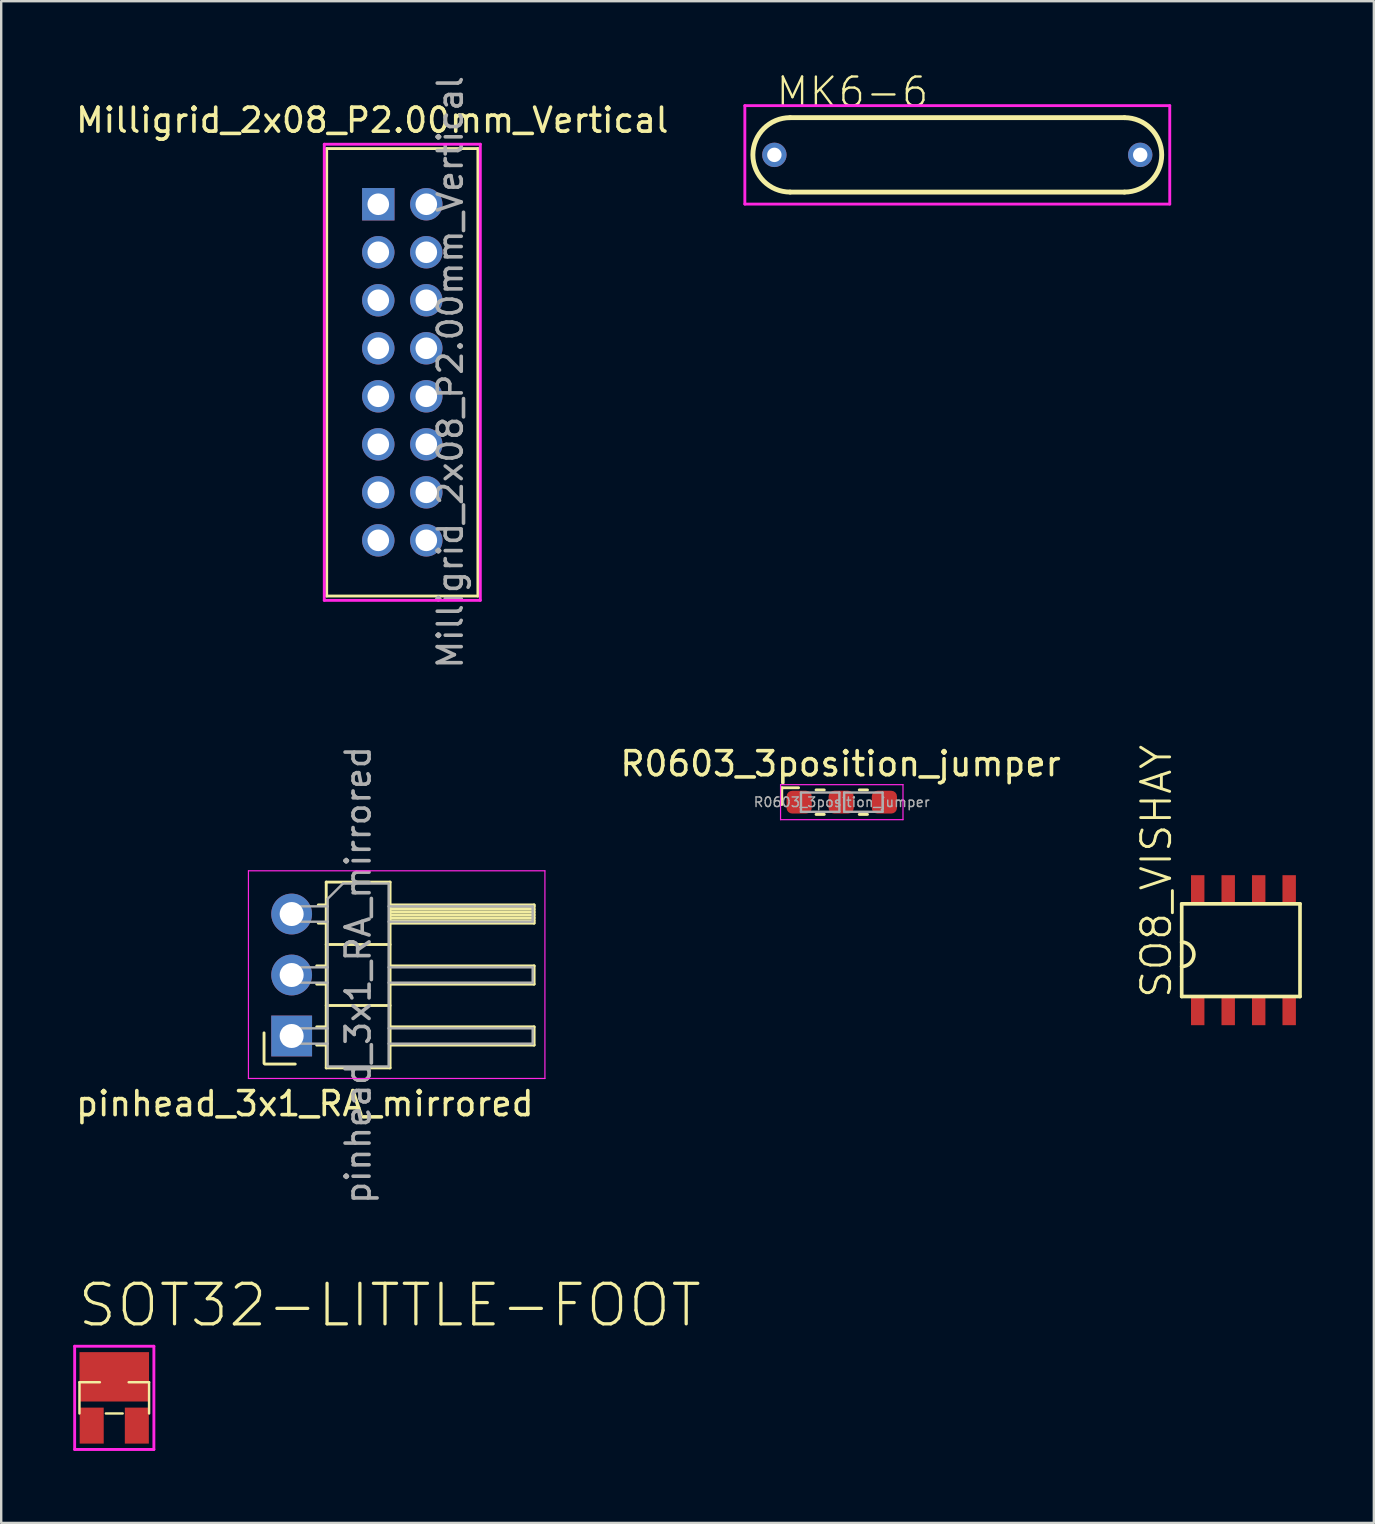
<source format=kicad_pcb>
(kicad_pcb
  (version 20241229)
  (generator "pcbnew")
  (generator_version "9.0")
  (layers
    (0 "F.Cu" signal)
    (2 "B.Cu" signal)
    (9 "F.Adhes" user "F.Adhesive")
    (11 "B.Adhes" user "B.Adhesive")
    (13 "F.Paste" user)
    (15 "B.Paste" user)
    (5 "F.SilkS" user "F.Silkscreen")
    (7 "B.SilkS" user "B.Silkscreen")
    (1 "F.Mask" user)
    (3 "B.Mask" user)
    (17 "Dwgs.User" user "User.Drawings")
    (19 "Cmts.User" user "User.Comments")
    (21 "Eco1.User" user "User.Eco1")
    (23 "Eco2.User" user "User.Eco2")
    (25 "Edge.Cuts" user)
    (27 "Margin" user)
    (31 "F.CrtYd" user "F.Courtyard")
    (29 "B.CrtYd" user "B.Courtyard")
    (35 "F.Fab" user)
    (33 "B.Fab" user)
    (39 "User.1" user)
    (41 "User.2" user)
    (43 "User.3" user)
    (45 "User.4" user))
  (footprint "SOT32-LITTLE-FOOT"
    (layer "F.Cu")
    (at 1.71 55.179)
    (property "Reference" "SOT32-LITTLE-FOOT" (at -1.6 -2.87 0) (layer "F.SilkS") (effects (font (size 1.689 1.689) (thickness 0.135)) (justify left bottom)))
    (attr through_hole)
    (fp_line (start -1.45 -0.65) (end -0.6 -0.65) (stroke (width 0.102) (type solid)) (layer "F.SilkS"))
    (fp_line (start -1.45 0.65) (end -1.45 -0.65) (stroke (width 0.102) (type solid)) (layer "F.SilkS"))
    (fp_line (start 0.35 0.65) (end -0.35 0.65) (stroke (width 0.102) (type solid)) (layer "F.SilkS"))
    (fp_line (start 0.6 -0.65) (end 1.45 -0.65) (stroke (width 0.102) (type solid)) (layer "F.SilkS"))
    (fp_line (start 1.45 -0.65) (end 1.45 0.65) (stroke (width 0.102) (type solid)) (layer "F.SilkS"))
    (fp_line (start -1.65 -2.15) (end -1.65 2.15) (stroke (width 0.12) (type solid)) (layer "F.CrtYd"))
    (fp_line (start -1.65 2.15) (end 1.65 2.15) (stroke (width 0.12) (type solid)) (layer "F.CrtYd"))
    (fp_line (start 1.65 -2.15) (end -1.65 -2.15) (stroke (width 0.12) (type solid)) (layer "F.CrtYd"))
    (fp_line (start 1.65 2.15) (end 1.65 -2.15) (stroke (width 0.12) (type solid)) (layer "F.CrtYd"))
    (pad "1" smd rect (at -0.94 1.156) (size 1.001 1.499) (layers "F.Cu" "F.Mask" "F.Paste"))
    (pad "2" smd rect (at 0.94 1.156) (size 1.001 1.499) (layers "F.Cu" "F.Mask" "F.Paste"))
    (pad "3" smd rect (at 0 -0.876) (size 2.896 2.057) (layers "F.Cu" "F.Mask" "F.Paste")))
  (footprint "R0603_3position_jumper"
    (layer "F.Cu")
    (at 32.015 30.365)
    (property "Reference" "R0603_3position_jumper" (at -0.05 -1.6 0) (layer "F.SilkS") (effects (font (size 1 1) (thickness 0.15))))
    (attr through_hole)
    (fp_line (start -2.5 -0.6) (end -1.8 -0.6) (stroke (width 0.12) (type solid)) (layer "F.SilkS"))
    (fp_line (start -2.5 0.1) (end -2.5 -0.6) (stroke (width 0.12) (type solid)) (layer "F.SilkS"))
    (fp_line (start -1.071 -0.51) (end -0.729 -0.51) (stroke (width 0.12) (type solid)) (layer "F.SilkS"))
    (fp_line (start -1.071 0.51) (end -0.729 0.51) (stroke (width 0.12) (type solid)) (layer "F.SilkS"))
    (fp_line (start 0.729 -0.51) (end 1.071 -0.51) (stroke (width 0.12) (type solid)) (layer "F.SilkS"))
    (fp_line (start 0.729 0.51) (end 1.071 0.51) (stroke (width 0.12) (type solid)) (layer "F.SilkS"))
    (fp_line (start -2.55 -0.73) (end 2.55 -0.73) (stroke (width 0.05) (type solid)) (layer "F.CrtYd"))
    (fp_line (start -2.55 0.73) (end -2.55 -0.73) (stroke (width 0.05) (type solid)) (layer "F.CrtYd"))
    (fp_line (start 2.55 -0.73) (end 2.55 0.73) (stroke (width 0.05) (type solid)) (layer "F.CrtYd"))
    (fp_line (start 2.55 0.73) (end -2.55 0.73) (stroke (width 0.05) (type solid)) (layer "F.CrtYd"))
    (fp_line (start -1.7 -0.4) (end -0.1 -0.4) (stroke (width 0.1) (type solid)) (layer "F.Fab"))
    (fp_line (start -1.7 0.4) (end -1.7 -0.4) (stroke (width 0.1) (type solid)) (layer "F.Fab"))
    (fp_line (start -0.1 -0.4) (end -0.1 0.4) (stroke (width 0.1) (type solid)) (layer "F.Fab"))
    (fp_line (start -0.1 0.4) (end -1.7 0.4) (stroke (width 0.1) (type solid)) (layer "F.Fab"))
    (fp_line (start 0.1 -0.4) (end 1.7 -0.4) (stroke (width 0.1) (type solid)) (layer "F.Fab"))
    (fp_line (start 0.1 0.4) (end 0.1 -0.4) (stroke (width 0.1) (type solid)) (layer "F.Fab"))
    (fp_line (start 1.7 -0.4) (end 1.7 0.4) (stroke (width 0.1) (type solid)) (layer "F.Fab"))
    (fp_line (start 1.7 0.4) (end 0.1 0.4) (stroke (width 0.1) (type solid)) (layer "F.Fab"))
    (fp_text user "${REFERENCE}" (at 0 0 0) (layer "F.Fab") (effects (font (size 0.4 0.4) (thickness 0.06))))
    (pad "1" smd roundrect (at -1.775 0) (size 1.05 0.95) (layers "F.Cu" "F.Mask" "F.Paste") (roundrect_rratio 0.25))
    (pad "2" smd roundrect (at -0.025 0) (size 1.05 0.95) (layers "F.Cu" "F.Mask" "F.Paste") (roundrect_rratio 0.25))
    (pad "3" smd roundrect (at 1.775 0) (size 1.05 0.95) (layers "F.Cu" "F.Mask" "F.Paste") (roundrect_rratio 0.25)))
  (footprint "Milligrid_2x08_P2.00mm_Vertical"
    (layer "F.Cu")
    (at 13.708 12.458)
    (property "Reference" "Milligrid_2x08_P2.00mm_Vertical" (at -1.25 -10.5 0) (layer "F.SilkS") (effects (font (size 1 1) (thickness 0.15))))
    (attr through_hole)
    (fp_line (start -3.15 -9.32) (end -3.15 9.32) (stroke (width 0.12) (type solid)) (layer "F.SilkS"))
    (fp_line (start -3.15 -9.32) (end 3.15 -9.32) (stroke (width 0.12) (type solid)) (layer "F.SilkS"))
    (fp_line (start -3.15 9.32) (end 3.15 9.32) (stroke (width 0.12) (type solid)) (layer "F.SilkS"))
    (fp_line (start 3.15 -9.32) (end 3.15 9.32) (stroke (width 0.12) (type solid)) (layer "F.SilkS"))
    (fp_line (start -3.25 -9.5) (end -3.25 9.5) (stroke (width 0.12) (type solid)) (layer "F.CrtYd"))
    (fp_line (start -3.25 9.5) (end 3.25 9.5) (stroke (width 0.12) (type solid)) (layer "F.CrtYd"))
    (fp_line (start 3.25 -9.5) (end -3.25 -9.5) (stroke (width 0.12) (type solid)) (layer "F.CrtYd"))
    (fp_line (start 3.25 9.5) (end 3.25 -9.5) (stroke (width 0.12) (type solid)) (layer "F.CrtYd"))
    (fp_text user "${REFERENCE}" (at 2 0 90) (layer "F.Fab") (effects (font (size 1 1) (thickness 0.15))))
    (pad "1" thru_hole rect (at -1 -7) (size 1.35 1.35) (drill 0.9) (layers "*.Cu" "*.Mask"))
    (pad "2" thru_hole oval (at 1 -7) (size 1.35 1.35) (drill 0.9) (layers "*.Cu" "*.Mask"))
    (pad "3" thru_hole oval (at -1 -5) (size 1.35 1.35) (drill 0.9) (layers "*.Cu" "*.Mask"))
    (pad "4" thru_hole oval (at 1 -5) (size 1.35 1.35) (drill 0.9) (layers "*.Cu" "*.Mask"))
    (pad "5" thru_hole oval (at -1 -3) (size 1.35 1.35) (drill 0.9) (layers "*.Cu" "*.Mask"))
    (pad "6" thru_hole oval (at 1 -3) (size 1.35 1.35) (drill 0.9) (layers "*.Cu" "*.Mask"))
    (pad "7" thru_hole oval (at -1 -1) (size 1.35 1.35) (drill 0.9) (layers "*.Cu" "*.Mask"))
    (pad "8" thru_hole oval (at 1 -1) (size 1.35 1.35) (drill 0.9) (layers "*.Cu" "*.Mask"))
    (pad "9" thru_hole oval (at -1 1) (size 1.35 1.35) (drill 0.9) (layers "*.Cu" "*.Mask"))
    (pad "10" thru_hole oval (at 1 1) (size 1.35 1.35) (drill 0.9) (layers "*.Cu" "*.Mask"))
    (pad "11" thru_hole oval (at -1 3) (size 1.35 1.35) (drill 0.9) (layers "*.Cu" "*.Mask"))
    (pad "12" thru_hole oval (at 1 3) (size 1.35 1.35) (drill 0.9) (layers "*.Cu" "*.Mask"))
    (pad "13" thru_hole oval (at -1 5) (size 1.35 1.35) (drill 0.9) (layers "*.Cu" "*.Mask"))
    (pad "14" thru_hole oval (at 1 5) (size 1.35 1.35) (drill 0.9) (layers "*.Cu" "*.Mask"))
    (pad "15" thru_hole oval (at -1 7) (size 1.35 1.35) (drill 0.9) (layers "*.Cu" "*.Mask"))
    (pad "16" thru_hole oval (at 1 7) (size 1.35 1.35) (drill 0.9) (layers "*.Cu" "*.Mask")))
  (footprint "pinhead_3x1_RA_mirrored"
    (layer "F.Cu")
    (at 9.099 35.025)
    (property "Reference" "pinhead_3x1_RA_mirrored" (at 0.55 7.9 0) (layer "F.SilkS") (effects (font (size 1 1) (thickness 0.15))))
    (attr through_hole)
    (fp_line (start -1.15 6.22) (end -1.15 4.95) (stroke (width 0.12) (type solid)) (layer "F.SilkS"))
    (fp_line (start -1.12 6.25) (end 0.15 6.25) (stroke (width 0.12) (type solid)) (layer "F.SilkS"))
    (fp_line (start 1.043 2.16) (end 1.44 2.16) (stroke (width 0.12) (type solid)) (layer "F.SilkS"))
    (fp_line (start 1.043 2.92) (end 1.44 2.92) (stroke (width 0.12) (type solid)) (layer "F.SilkS"))
    (fp_line (start 1.043 4.7) (end 1.44 4.7) (stroke (width 0.12) (type solid)) (layer "F.SilkS"))
    (fp_line (start 1.043 5.46) (end 1.44 5.46) (stroke (width 0.12) (type solid)) (layer "F.SilkS"))
    (fp_line (start 1.11 -0.38) (end 1.44 -0.38) (stroke (width 0.12) (type solid)) (layer "F.SilkS"))
    (fp_line (start 1.11 0.38) (end 1.44 0.38) (stroke (width 0.12) (type solid)) (layer "F.SilkS"))
    (fp_line (start 1.44 -1.33) (end 1.44 6.41) (stroke (width 0.12) (type solid)) (layer "F.SilkS"))
    (fp_line (start 1.44 1.27) (end 4.1 1.27) (stroke (width 0.12) (type solid)) (layer "F.SilkS"))
    (fp_line (start 1.44 3.81) (end 4.1 3.81) (stroke (width 0.12) (type solid)) (layer "F.SilkS"))
    (fp_line (start 1.44 6.41) (end 4.1 6.41) (stroke (width 0.12) (type solid)) (layer "F.SilkS"))
    (fp_line (start 4.1 -1.33) (end 1.44 -1.33) (stroke (width 0.12) (type solid)) (layer "F.SilkS"))
    (fp_line (start 4.1 -0.38) (end 10.1 -0.38) (stroke (width 0.12) (type solid)) (layer "F.SilkS"))
    (fp_line (start 4.1 -0.32) (end 10.1 -0.32) (stroke (width 0.12) (type solid)) (layer "F.SilkS"))
    (fp_line (start 4.1 -0.2) (end 10.1 -0.2) (stroke (width 0.12) (type solid)) (layer "F.SilkS"))
    (fp_line (start 4.1 -0.08) (end 10.1 -0.08) (stroke (width 0.12) (type solid)) (layer "F.SilkS"))
    (fp_line (start 4.1 0.04) (end 10.1 0.04) (stroke (width 0.12) (type solid)) (layer "F.SilkS"))
    (fp_line (start 4.1 0.16) (end 10.1 0.16) (stroke (width 0.12) (type solid)) (layer "F.SilkS"))
    (fp_line (start 4.1 0.28) (end 10.1 0.28) (stroke (width 0.12) (type solid)) (layer "F.SilkS"))
    (fp_line (start 4.1 2.16) (end 10.1 2.16) (stroke (width 0.12) (type solid)) (layer "F.SilkS"))
    (fp_line (start 4.1 4.7) (end 10.1 4.7) (stroke (width 0.12) (type solid)) (layer "F.SilkS"))
    (fp_line (start 4.1 6.41) (end 4.1 -1.33) (stroke (width 0.12) (type solid)) (layer "F.SilkS"))
    (fp_line (start 10.1 -0.38) (end 10.1 0.38) (stroke (width 0.12) (type solid)) (layer "F.SilkS"))
    (fp_line (start 10.1 0.38) (end 4.1 0.38) (stroke (width 0.12) (type solid)) (layer "F.SilkS"))
    (fp_line (start 10.1 2.16) (end 10.1 2.92) (stroke (width 0.12) (type solid)) (layer "F.SilkS"))
    (fp_line (start 10.1 2.92) (end 4.1 2.92) (stroke (width 0.12) (type solid)) (layer "F.SilkS"))
    (fp_line (start 10.1 4.7) (end 10.1 5.46) (stroke (width 0.12) (type solid)) (layer "F.SilkS"))
    (fp_line (start 10.1 5.46) (end 4.1 5.46) (stroke (width 0.12) (type solid)) (layer "F.SilkS"))
    (fp_line (start -1.8 -1.8) (end -1.8 6.85) (stroke (width 0.05) (type solid)) (layer "F.CrtYd"))
    (fp_line (start -1.8 6.85) (end 10.55 6.85) (stroke (width 0.05) (type solid)) (layer "F.CrtYd"))
    (fp_line (start 10.55 -1.8) (end -1.8 -1.8) (stroke (width 0.05) (type solid)) (layer "F.CrtYd"))
    (fp_line (start 10.55 6.85) (end 10.55 -1.8) (stroke (width 0.05) (type solid)) (layer "F.CrtYd"))
    (fp_line (start -0.32 -0.32) (end -0.32 0.32) (stroke (width 0.1) (type solid)) (layer "F.Fab"))
    (fp_line (start -0.32 -0.32) (end 1.5 -0.32) (stroke (width 0.1) (type solid)) (layer "F.Fab"))
    (fp_line (start -0.32 0.32) (end 1.5 0.32) (stroke (width 0.1) (type solid)) (layer "F.Fab"))
    (fp_line (start -0.32 2.22) (end -0.32 2.86) (stroke (width 0.1) (type solid)) (layer "F.Fab"))
    (fp_line (start -0.32 2.22) (end 1.5 2.22) (stroke (width 0.1) (type solid)) (layer "F.Fab"))
    (fp_line (start -0.32 2.86) (end 1.5 2.86) (stroke (width 0.1) (type solid)) (layer "F.Fab"))
    (fp_line (start -0.32 4.76) (end -0.32 5.4) (stroke (width 0.1) (type solid)) (layer "F.Fab"))
    (fp_line (start -0.32 4.76) (end 1.5 4.76) (stroke (width 0.1) (type solid)) (layer "F.Fab"))
    (fp_line (start -0.32 5.4) (end 1.5 5.4) (stroke (width 0.1) (type solid)) (layer "F.Fab"))
    (fp_line (start 1.5 -0.635) (end 2.135 -1.27) (stroke (width 0.1) (type solid)) (layer "F.Fab"))
    (fp_line (start 1.5 6.35) (end 1.5 -0.635) (stroke (width 0.1) (type solid)) (layer "F.Fab"))
    (fp_line (start 2.135 -1.27) (end 4.04 -1.27) (stroke (width 0.1) (type solid)) (layer "F.Fab"))
    (fp_line (start 4.04 -1.27) (end 4.04 6.35) (stroke (width 0.1) (type solid)) (layer "F.Fab"))
    (fp_line (start 4.04 -0.32) (end 10.04 -0.32) (stroke (width 0.1) (type solid)) (layer "F.Fab"))
    (fp_line (start 4.04 0.32) (end 10.04 0.32) (stroke (width 0.1) (type solid)) (layer "F.Fab"))
    (fp_line (start 4.04 2.22) (end 10.04 2.22) (stroke (width 0.1) (type solid)) (layer "F.Fab"))
    (fp_line (start 4.04 2.86) (end 10.04 2.86) (stroke (width 0.1) (type solid)) (layer "F.Fab"))
    (fp_line (start 4.04 4.76) (end 10.04 4.76) (stroke (width 0.1) (type solid)) (layer "F.Fab"))
    (fp_line (start 4.04 5.4) (end 10.04 5.4) (stroke (width 0.1) (type solid)) (layer "F.Fab"))
    (fp_line (start 4.04 6.35) (end 1.5 6.35) (stroke (width 0.1) (type solid)) (layer "F.Fab"))
    (fp_line (start 10.04 -0.32) (end 10.04 0.32) (stroke (width 0.1) (type solid)) (layer "F.Fab"))
    (fp_line (start 10.04 2.22) (end 10.04 2.86) (stroke (width 0.1) (type solid)) (layer "F.Fab"))
    (fp_line (start 10.04 4.76) (end 10.04 5.4) (stroke (width 0.1) (type solid)) (layer "F.Fab"))
    (fp_text user "${REFERENCE}" (at 2.77 2.54 90) (layer "F.Fab") (effects (font (size 1 1) (thickness 0.15))))
    (pad "1" thru_hole rect (at 0 5.08) (size 1.7 1.7) (drill 1) (layers "*.Cu" "*.Mask"))
    (pad "2" thru_hole oval (at 0 2.54) (size 1.7 1.7) (drill 1) (layers "*.Cu" "*.Mask"))
    (pad "3" thru_hole oval (at 0 0) (size 1.7 1.7) (drill 1) (layers "*.Cu" "*.Mask")))
  (footprint "MK6-6"
    (layer "F.Cu")
    (at 36.827 3.401)
    (property "Reference" "MK6-6" (at -7.62 -1.905 0) (layer "F.SilkS") (effects (font (size 1.206 1.206) (thickness 0.097)) (justify left bottom)))
    (attr through_hole)
    (fp_line (start -6.965 -1.55) (end 6.965 -1.55) (stroke (width 0.203) (type solid)) (layer "F.SilkS"))
    (fp_line (start 6.965 1.55) (end -6.965 1.55) (stroke (width 0.203) (type solid)) (layer "F.SilkS"))
    (fp_arc (start -6.965 1.55) (mid -8.515 0) (end -6.965 -1.55) (stroke (width 0.2032) (type solid)) (layer "F.SilkS"))
    (fp_arc (start 6.965 -1.55) (mid 8.515 0) (end 6.965 1.55) (stroke (width 0.2032) (type solid)) (layer "F.SilkS"))
    (fp_line (start -8.85 -2.05) (end -8.85 2.05) (stroke (width 0.12) (type solid)) (layer "F.CrtYd"))
    (fp_line (start -8.85 2.05) (end 8.85 2.05) (stroke (width 0.12) (type solid)) (layer "F.CrtYd"))
    (fp_line (start 8.85 -2.05) (end -8.85 -2.05) (stroke (width 0.12) (type solid)) (layer "F.CrtYd"))
    (fp_line (start 8.85 2.05) (end 8.85 -2.05) (stroke (width 0.12) (type solid)) (layer "F.CrtYd"))
    (pad "1" thru_hole circle (at -7.62 0) (size 1.016 1.016) (drill 0.6) (layers "*.Cu" "*.Mask"))
    (pad "2" thru_hole circle (at 7.62 0) (size 1.016 1.016) (drill 0.6) (layers "*.Cu" "*.Mask")))
  (footprint "SO8_VISHAY"
    (layer "F.Cu")
    (at 48.639 36.531)
    (property "Reference" "SO8_VISHAY" (at -2.813 2.078 90) (layer "F.SilkS") (effects (font (size 1.206 1.206) (thickness 0.121)) (justify left bottom)))
    (attr through_hole)
    (fp_line (start -2.464 -1.93) (end -2.464 -0.335) (stroke (width 0.152) (type solid)) (layer "F.SilkS"))
    (fp_line (start -2.464 -0.335) (end -2.464 0.681) (stroke (width 0.152) (type solid)) (layer "F.SilkS"))
    (fp_line (start -2.464 0.681) (end -2.464 1.93) (stroke (width 0.152) (type solid)) (layer "F.SilkS"))
    (fp_line (start -2.464 1.93) (end 2.464 1.93) (stroke (width 0.152) (type solid)) (layer "F.SilkS"))
    (fp_line (start 2.464 -1.93) (end -2.464 -1.93) (stroke (width 0.152) (type solid)) (layer "F.SilkS"))
    (fp_line (start 2.464 1.93) (end 2.464 -1.93) (stroke (width 0.152) (type solid)) (layer "F.SilkS"))
    (fp_arc (start -2.4638 -0.335) (mid -1.9558 0.173) (end -2.4638 0.681) (stroke (width 0.1524) (type solid)) (layer "F.SilkS"))
    (pad "1" smd rect (at -1.797 2.527) (size 0.559 1.194) (layers "F.Cu" "F.Mask" "F.Paste"))
    (pad "2" smd rect (at -0.527 2.527) (size 0.559 1.194) (layers "F.Cu" "F.Mask" "F.Paste"))
    (pad "3" smd rect (at 0.743 2.527) (size 0.559 1.194) (layers "F.Cu" "F.Mask" "F.Paste"))
    (pad "4" smd rect (at 2.013 2.527) (size 0.559 1.194) (layers "F.Cu" "F.Mask" "F.Paste"))
    (pad "5" smd rect (at 2.013 -2.527) (size 0.559 1.194) (layers "F.Cu" "F.Mask" "F.Paste"))
    (pad "6" smd rect (at 0.743 -2.527) (size 0.559 1.194) (layers "F.Cu" "F.Mask" "F.Paste"))
    (pad "7" smd rect (at -0.527 -2.527) (size 0.559 1.194) (layers "F.Cu" "F.Mask" "F.Paste"))
    (pad "8" smd rect (at -1.797 -2.527) (size 0.559 1.194) (layers "F.Cu" "F.Mask" "F.Paste")))
  (gr_rect
    (start -3 -3)
    (end 54.179 60.389)
    (stroke (width 0.1) (type default))
    (fill no)
    (layer "Edge.Cuts")))
</source>
